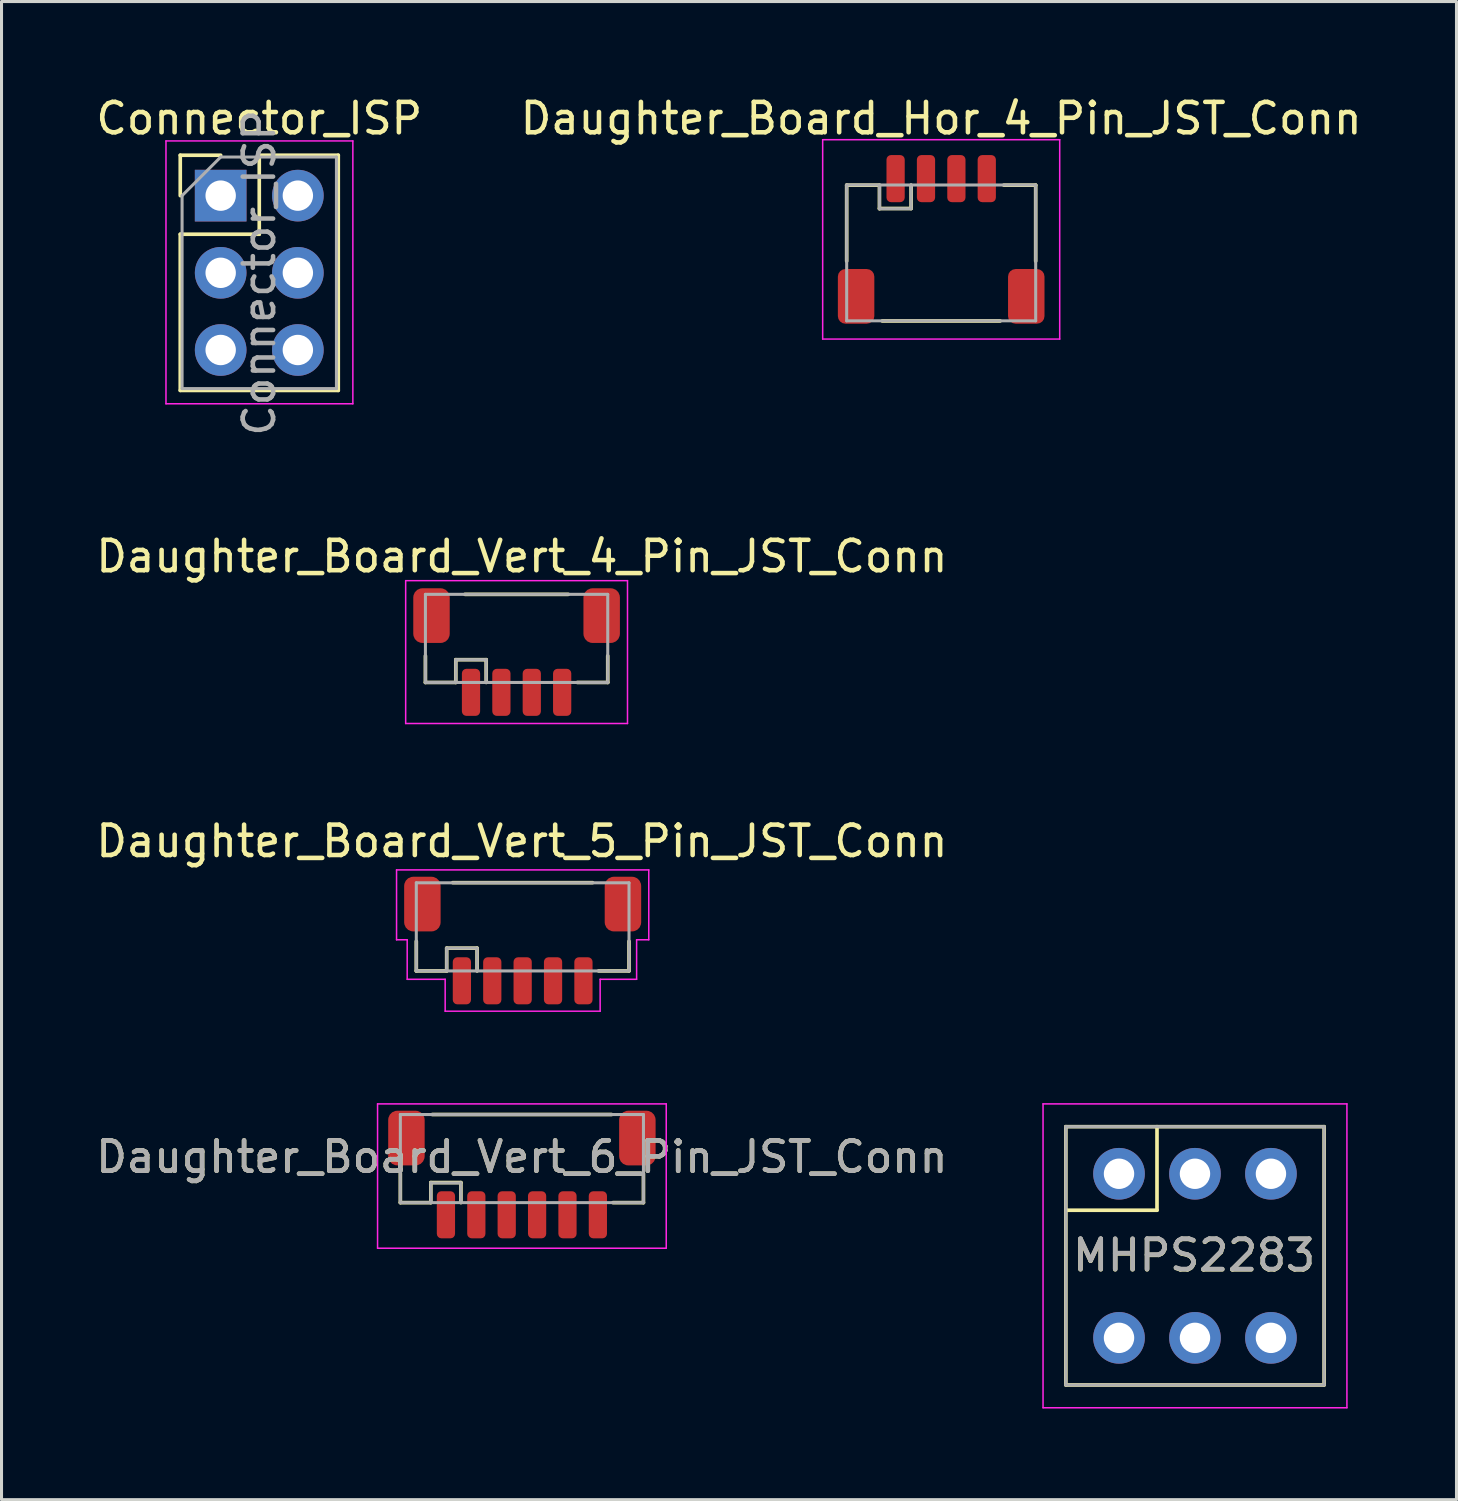
<source format=kicad_pcb>
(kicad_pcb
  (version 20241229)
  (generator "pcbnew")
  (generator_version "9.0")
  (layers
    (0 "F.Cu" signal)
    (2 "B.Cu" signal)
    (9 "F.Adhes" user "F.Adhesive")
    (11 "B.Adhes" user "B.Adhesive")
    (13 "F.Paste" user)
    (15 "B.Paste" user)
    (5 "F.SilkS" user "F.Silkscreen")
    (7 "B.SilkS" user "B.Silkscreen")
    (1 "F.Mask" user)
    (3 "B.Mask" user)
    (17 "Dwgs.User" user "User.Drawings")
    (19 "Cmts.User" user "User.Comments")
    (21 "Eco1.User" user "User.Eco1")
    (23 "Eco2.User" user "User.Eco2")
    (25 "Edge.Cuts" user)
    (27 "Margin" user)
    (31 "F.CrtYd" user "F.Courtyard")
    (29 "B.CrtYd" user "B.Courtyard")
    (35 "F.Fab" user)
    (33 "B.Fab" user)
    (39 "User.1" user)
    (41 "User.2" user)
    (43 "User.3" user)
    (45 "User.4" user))
  (footprint "Daughter_Board_Hor_4_Pin_JST_Conn"
    (layer "F.Cu")
    (at 27.923 4.828)
    (property "Reference" "Daughter_Board_Hor_4_Pin_JST_Conn" (at 0 -3.98 0) (layer "F.SilkS") (effects (font (size 1 1) (thickness 0.15))))
    (attr smd)
    (fp_line (start -3.11 -1.785) (end -2.032 -1.785) (stroke (width 0.12) (type solid)) (layer "F.SilkS"))
    (fp_line (start -3.11 0.715) (end -3.11 -1.785) (stroke (width 0.12) (type solid)) (layer "F.SilkS"))
    (fp_line (start -2.032 -1.778) (end -2.032 -1.009) (stroke (width 0.12) (type solid)) (layer "F.SilkS"))
    (fp_line (start -2.032 -1.016) (end -0.99 -1.016) (stroke (width 0.12) (type solid)) (layer "F.SilkS"))
    (fp_line (start -1.94 2.685) (end 1.94 2.685) (stroke (width 0.12) (type solid)) (layer "F.SilkS"))
    (fp_line (start -0.99 -1.785) (end -0.99 -1.016) (stroke (width 0.12) (type solid)) (layer "F.SilkS"))
    (fp_line (start 3.11 -1.785) (end 2.06 -1.785) (stroke (width 0.12) (type solid)) (layer "F.SilkS"))
    (fp_line (start 3.11 0.715) (end 3.11 -1.785) (stroke (width 0.12) (type solid)) (layer "F.SilkS"))
    (fp_line (start -3.9 -3.28) (end -3.9 3.28) (stroke (width 0.05) (type solid)) (layer "F.CrtYd"))
    (fp_line (start -3.9 3.28) (end 3.9 3.28) (stroke (width 0.05) (type solid)) (layer "F.CrtYd"))
    (fp_line (start 3.9 -3.28) (end -3.9 -3.28) (stroke (width 0.05) (type solid)) (layer "F.CrtYd"))
    (fp_line (start 3.9 3.28) (end 3.9 -3.28) (stroke (width 0.05) (type solid)) (layer "F.CrtYd"))
    (fp_line (start -3.11 -1.79) (end -3.11 2.68) (stroke (width 0.1) (type solid)) (layer "F.Fab"))
    (fp_line (start -3.11 -1.79) (end 3.11 -1.79) (stroke (width 0.1) (type solid)) (layer "F.Fab"))
    (fp_line (start -3.11 2.68) (end 3.11 2.68) (stroke (width 0.1) (type solid)) (layer "F.Fab"))
    (fp_line (start -2.03 -1.79) (end -2.03 -1.01) (stroke (width 0.1) (type solid)) (layer "F.Fab"))
    (fp_line (start -0.99 -1.01) (end -2.03 -1.01) (stroke (width 0.1) (type solid)) (layer "F.Fab"))
    (fp_line (start -0.99 -1.01) (end -0.99 -1.79) (stroke (width 0.1) (type solid)) (layer "F.Fab"))
    (fp_line (start 3.11 -1.79) (end 3.11 2.68) (stroke (width 0.1) (type solid)) (layer "F.Fab"))
    (pad "1" smd roundrect (at -1.5 -2) (size 0.6 1.55) (layers "F.Cu" "F.Mask" "F.Paste") (roundrect_rratio 0.25))
    (pad "2" smd roundrect (at -0.5 -2) (size 0.6 1.55) (layers "F.Cu" "F.Mask" "F.Paste") (roundrect_rratio 0.25))
    (pad "3" smd roundrect (at 0.5 -2) (size 0.6 1.55) (layers "F.Cu" "F.Mask" "F.Paste") (roundrect_rratio 0.25))
    (pad "4" smd roundrect (at 1.5 -2) (size 0.6 1.55) (layers "F.Cu" "F.Mask" "F.Paste") (roundrect_rratio 0.25))
    (pad "MP" smd roundrect (at -2.8 1.875) (size 1.2 1.8) (layers "F.Cu" "F.Mask" "F.Paste") (roundrect_rratio 0.208))
    (pad "MP" smd roundrect (at 2.8 1.875) (size 1.2 1.8) (layers "F.Cu" "F.Mask" "F.Paste") (roundrect_rratio 0.208)))
  (footprint "Daughter_Board_Vert_6_Pin_JST_Conn"
    (layer "F.Cu")
    (at 14.125 35.277)
    (property "Reference" "Daughter_Board_Vert_6_Pin_JST_Conn" (at 0 -0.254 0) (layer "F.SilkS") (effects (font (size 1 1) (thickness 0.15))))
    (attr smd)
    (fp_line (start -4 1.25) (end -4 0.291) (stroke (width 0.12) (type solid)) (layer "F.SilkS"))
    (fp_line (start -4 1.25) (end -2.997 1.25) (stroke (width 0.12) (type solid)) (layer "F.SilkS"))
    (fp_line (start -2.997 0.59) (end -2.997 1.25) (stroke (width 0.12) (type solid)) (layer "F.SilkS"))
    (fp_line (start -2.95 -1.65) (end 2.95 -1.65) (stroke (width 0.12) (type solid)) (layer "F.SilkS"))
    (fp_line (start -2.007 0.59) (end -2.997 0.59) (stroke (width 0.12) (type solid)) (layer "F.SilkS"))
    (fp_line (start -2.007 0.59) (end -2.007 1.25) (stroke (width 0.12) (type solid)) (layer "F.SilkS"))
    (fp_line (start 4 1.25) (end 2.997 1.25) (stroke (width 0.12) (type solid)) (layer "F.SilkS"))
    (fp_line (start 4 1.25) (end 4 0.291) (stroke (width 0.12) (type solid)) (layer "F.SilkS"))
    (fp_line (start -4.75 -2) (end 4.75 -2) (stroke (width 0.05) (type solid)) (layer "F.CrtYd"))
    (fp_line (start -4.75 2.75) (end -4.75 -2) (stroke (width 0.05) (type solid)) (layer "F.CrtYd"))
    (fp_line (start 4.75 -2) (end 4.75 2.75) (stroke (width 0.05) (type solid)) (layer "F.CrtYd"))
    (fp_line (start 4.75 2.75) (end -4.75 2.75) (stroke (width 0.05) (type solid)) (layer "F.CrtYd"))
    (fp_line (start -4 -1.65) (end 4 -1.65) (stroke (width 0.1) (type solid)) (layer "F.Fab"))
    (fp_line (start -4 1.25) (end -4 -1.65) (stroke (width 0.1) (type solid)) (layer "F.Fab"))
    (fp_line (start -2.997 0.6) (end -2.997 1.245) (stroke (width 0.1) (type solid)) (layer "F.Fab"))
    (fp_line (start -2.01 0.6) (end -2.007 1.245) (stroke (width 0.1) (type solid)) (layer "F.Fab"))
    (fp_line (start -2.007 0.6) (end -2.997 0.6) (stroke (width 0.1) (type solid)) (layer "F.Fab"))
    (fp_line (start 4 -1.65) (end 4 1.25) (stroke (width 0.1) (type solid)) (layer "F.Fab"))
    (fp_line (start 4 1.25) (end -4 1.25) (stroke (width 0.1) (type solid)) (layer "F.Fab"))
    (fp_text user "${REFERENCE}" (at 0 -0.254 0) (layer "F.Fab") (effects (font (size 1 1) (thickness 0.15))))
    (pad "1" smd roundrect (at -2.5 1.65) (size 0.6 1.55) (layers "F.Cu" "F.Mask" "F.Paste") (roundrect_rratio 0.25))
    (pad "2" smd roundrect (at -1.5 1.65) (size 0.6 1.55) (layers "F.Cu" "F.Mask" "F.Paste") (roundrect_rratio 0.25))
    (pad "3" smd roundrect (at -0.5 1.65) (size 0.6 1.55) (layers "F.Cu" "F.Mask" "F.Paste") (roundrect_rratio 0.25))
    (pad "4" smd roundrect (at 0.5 1.65) (size 0.6 1.55) (layers "F.Cu" "F.Mask" "F.Paste") (roundrect_rratio 0.25))
    (pad "5" smd roundrect (at 1.5 1.65) (size 0.6 1.55) (layers "F.Cu" "F.Mask" "F.Paste") (roundrect_rratio 0.25))
    (pad "6" smd roundrect (at 2.5 1.65) (size 0.6 1.55) (layers "F.Cu" "F.Mask" "F.Paste") (roundrect_rratio 0.25))
    (pad "MP" smd roundrect (at -3.8 -0.875) (size 1.2 1.8) (layers "F.Cu" "F.Mask" "F.Paste") (roundrect_rratio 0.25))
    (pad "MP" smd roundrect (at 3.8 -0.875) (size 1.2 1.8) (layers "F.Cu" "F.Mask" "F.Paste") (roundrect_rratio 0.25)))
  (footprint "Daughter_Board_Vert_4_Pin_JST_Conn"
    (layer "F.Cu")
    (at 13.95 18.409)
    (property "Reference" "Daughter_Board_Vert_4_Pin_JST_Conn" (at 0.175 -3.15 0) (layer "F.SilkS") (effects (font (size 1 1) (thickness 0.15))))
    (attr through_hole)
    (fp_line (start -3 0.125) (end -3 1) (stroke (width 0.12) (type solid)) (layer "F.SilkS"))
    (fp_line (start -3 1) (end -2 1) (stroke (width 0.12) (type solid)) (layer "F.SilkS"))
    (fp_line (start -2 0.25) (end -2 1) (stroke (width 0.12) (type solid)) (layer "F.SilkS"))
    (fp_line (start -2 0.25) (end -1 0.25) (stroke (width 0.12) (type solid)) (layer "F.SilkS"))
    (fp_line (start -1.7 -1.9) (end 1.7 -1.9) (stroke (width 0.12) (type solid)) (layer "F.SilkS"))
    (fp_line (start -1 0.25) (end -1 1) (stroke (width 0.12) (type solid)) (layer "F.SilkS"))
    (fp_line (start 3 0.125) (end 3 1) (stroke (width 0.12) (type solid)) (layer "F.SilkS"))
    (fp_line (start 3 1) (end 2 1) (stroke (width 0.12) (type solid)) (layer "F.SilkS"))
    (fp_line (start -3.65 -2.35) (end 3.65 -2.35) (stroke (width 0.05) (type solid)) (layer "F.CrtYd"))
    (fp_line (start -3.65 2.35) (end -3.65 -2.35) (stroke (width 0.05) (type solid)) (layer "F.CrtYd"))
    (fp_line (start 3.65 -2.35) (end 3.65 2.35) (stroke (width 0.05) (type solid)) (layer "F.CrtYd"))
    (fp_line (start 3.65 2.35) (end -3.65 2.35) (stroke (width 0.05) (type solid)) (layer "F.CrtYd"))
    (fp_line (start -3 -1.9) (end 3 -1.9) (stroke (width 0.1) (type solid)) (layer "F.Fab"))
    (fp_line (start -3 1) (end -3 -1.9) (stroke (width 0.1) (type solid)) (layer "F.Fab"))
    (fp_line (start -2 0.25) (end -2 1) (stroke (width 0.1) (type solid)) (layer "F.Fab"))
    (fp_line (start -1 0.25) (end -2 0.25) (stroke (width 0.1) (type solid)) (layer "F.Fab"))
    (fp_line (start -1 0.25) (end -1 1) (stroke (width 0.1) (type solid)) (layer "F.Fab"))
    (fp_line (start 3 -1.9) (end 3 1) (stroke (width 0.1) (type solid)) (layer "F.Fab"))
    (fp_line (start 3 1) (end -3 1) (stroke (width 0.1) (type solid)) (layer "F.Fab"))
    (pad "1" smd roundrect (at -1.5 1.325) (size 0.6 1.55) (layers "F.Cu" "F.Mask" "F.Paste") (roundrect_rratio 0.25))
    (pad "2" smd roundrect (at -0.5 1.325) (size 0.6 1.55) (layers "F.Cu" "F.Mask" "F.Paste") (roundrect_rratio 0.25))
    (pad "3" smd roundrect (at 0.5 1.325) (size 0.6 1.55) (layers "F.Cu" "F.Mask" "F.Paste") (roundrect_rratio 0.25))
    (pad "4" smd roundrect (at 1.5 1.325) (size 0.6 1.55) (layers "F.Cu" "F.Mask" "F.Paste") (roundrect_rratio 0.25))
    (pad "MP" smd roundrect (at -2.8 -1.2) (size 1.2 1.8) (layers "F.Cu" "F.Mask" "F.Paste") (roundrect_rratio 0.25))
    (pad "MP" smd roundrect (at 2.8 -1.2) (size 1.2 1.8) (layers "F.Cu" "F.Mask" "F.Paste") (roundrect_rratio 0.25)))
  (footprint "Connector_ISP"
    (layer "F.Cu")
    (at 5.482 5.928)
    (property "Reference" "Connector_ISP" (at 0 -5.08 0) (layer "F.SilkS") (effects (font (size 1 1) (thickness 0.15))))
    (attr through_hole)
    (fp_line (start -2.6 -3.87) (end -1.27 -3.87) (stroke (width 0.12) (type solid)) (layer "F.SilkS"))
    (fp_line (start -2.6 -2.54) (end -2.6 -3.87) (stroke (width 0.12) (type solid)) (layer "F.SilkS"))
    (fp_line (start -2.6 -1.27) (end -2.6 3.87) (stroke (width 0.12) (type solid)) (layer "F.SilkS"))
    (fp_line (start -2.6 -1.27) (end 0 -1.27) (stroke (width 0.12) (type solid)) (layer "F.SilkS"))
    (fp_line (start -2.6 3.87) (end 2.6 3.87) (stroke (width 0.12) (type solid)) (layer "F.SilkS"))
    (fp_line (start 0 -3.87) (end 2.6 -3.87) (stroke (width 0.12) (type solid)) (layer "F.SilkS"))
    (fp_line (start 0 -1.27) (end 0 -3.87) (stroke (width 0.12) (type solid)) (layer "F.SilkS"))
    (fp_line (start 2.6 -3.87) (end 2.6 3.87) (stroke (width 0.12) (type solid)) (layer "F.SilkS"))
    (fp_line (start -3.07 -4.34) (end -3.07 4.31) (stroke (width 0.05) (type solid)) (layer "F.CrtYd"))
    (fp_line (start -3.07 4.31) (end 3.08 4.31) (stroke (width 0.05) (type solid)) (layer "F.CrtYd"))
    (fp_line (start 3.08 -4.34) (end -3.07 -4.34) (stroke (width 0.05) (type solid)) (layer "F.CrtYd"))
    (fp_line (start 3.08 4.31) (end 3.08 -4.34) (stroke (width 0.05) (type solid)) (layer "F.CrtYd"))
    (fp_line (start -2.54 -2.54) (end -1.27 -3.81) (stroke (width 0.1) (type solid)) (layer "F.Fab"))
    (fp_line (start -2.54 3.81) (end -2.54 -2.54) (stroke (width 0.1) (type solid)) (layer "F.Fab"))
    (fp_line (start -1.27 -3.81) (end 2.54 -3.81) (stroke (width 0.1) (type solid)) (layer "F.Fab"))
    (fp_line (start 2.54 -3.81) (end 2.54 3.81) (stroke (width 0.1) (type solid)) (layer "F.Fab"))
    (fp_line (start 2.54 3.81) (end -2.54 3.81) (stroke (width 0.1) (type solid)) (layer "F.Fab"))
    (fp_text user "${REFERENCE}" (at 0 0 90) (layer "F.Fab") (effects (font (size 1 1) (thickness 0.15))))
    (pad "1" thru_hole rect (at -1.27 -2.54) (size 1.7 1.7) (drill 1) (layers "*.Cu" "*.Mask"))
    (pad "2" thru_hole oval (at 1.27 -2.54) (size 1.7 1.7) (drill 1) (layers "*.Cu" "*.Mask"))
    (pad "3" thru_hole oval (at -1.27 0) (size 1.7 1.7) (drill 1) (layers "*.Cu" "*.Mask"))
    (pad "4" thru_hole oval (at 1.27 0) (size 1.7 1.7) (drill 1) (layers "*.Cu" "*.Mask"))
    (pad "5" thru_hole oval (at -1.27 2.54) (size 1.7 1.7) (drill 1) (layers "*.Cu" "*.Mask"))
    (pad "6" thru_hole oval (at 1.27 2.54) (size 1.7 1.7) (drill 1) (layers "*.Cu" "*.Mask")))
  (footprint "MHPS2283"
    (layer "F.Cu")
    (at 36.275 38.277)
    (property "Reference" "MHPS2283" (at -0.03 -0.01 0) (layer "F.SilkS") (effects (font (size 1 1) (thickness 0.15))))
    (attr through_hole)
    (fp_line (start -4.25 4.25) (end -4.25 -4.25) (stroke (width 0.12) (type solid)) (layer "F.SilkS"))
    (fp_line (start -4.25 4.25) (end 4.25 4.25) (stroke (width 0.12) (type solid)) (layer "F.SilkS"))
    (fp_line (start -1.25 -4.25) (end -1.25 -1.5) (stroke (width 0.12) (type solid)) (layer "F.SilkS"))
    (fp_line (start -1.25 -1.5) (end -4.25 -1.5) (stroke (width 0.12) (type solid)) (layer "F.SilkS"))
    (fp_line (start 4.25 -4.25) (end -4.25 -4.25) (stroke (width 0.12) (type solid)) (layer "F.SilkS"))
    (fp_line (start 4.25 -4.25) (end 4.25 4.25) (stroke (width 0.12) (type solid)) (layer "F.SilkS"))
    (fp_line (start -5 -5) (end 5 -5) (stroke (width 0.05) (type solid)) (layer "F.CrtYd"))
    (fp_line (start -5 5) (end -5 -5) (stroke (width 0.05) (type solid)) (layer "F.CrtYd"))
    (fp_line (start -5 5) (end 5 5) (stroke (width 0.05) (type solid)) (layer "F.CrtYd"))
    (fp_line (start 5 -5) (end 5 5) (stroke (width 0.05) (type solid)) (layer "F.CrtYd"))
    (fp_line (start -4.25 -4.25) (end 4.25 -4.25) (stroke (width 0.1) (type solid)) (layer "F.Fab"))
    (fp_line (start -4.25 4.25) (end -4.25 -4.25) (stroke (width 0.1) (type solid)) (layer "F.Fab"))
    (fp_line (start 4.25 -4.25) (end 4.25 4.25) (stroke (width 0.1) (type solid)) (layer "F.Fab"))
    (fp_line (start 4.25 4.25) (end -4.25 4.25) (stroke (width 0.1) (type solid)) (layer "F.Fab"))
    (fp_text user "${REFERENCE}" (at -0.03 -0.02 0) (layer "F.Fab") (effects (font (size 1 1) (thickness 0.15))))
    (pad "1" thru_hole circle (at -2.5 -2.7) (size 1.7 1.7) (drill 1) (layers "*.Cu" "*.Mask"))
    (pad "2" thru_hole circle (at 0 -2.7) (size 1.7 1.7) (drill 1) (layers "*.Cu" "*.Mask"))
    (pad "3" thru_hole circle (at 2.5 -2.7) (size 1.7 1.7) (drill 1) (layers "*.Cu" "*.Mask"))
    (pad "4" thru_hole circle (at 2.5 2.7) (size 1.7 1.7) (drill 1) (layers "*.Cu" "*.Mask"))
    (pad "5" thru_hole circle (at 0 2.7) (size 1.7 1.7) (drill 1) (layers "*.Cu" "*.Mask"))
    (pad "6" thru_hole circle (at -2.5 2.7) (size 1.7 1.7) (drill 1) (layers "*.Cu" "*.Mask")))
  (footprint "Daughter_Board_Vert_5_Pin_JST_Conn"
    (layer "F.Cu")
    (at 14.15 27.452)
    (property "Reference" "Daughter_Board_Vert_5_Pin_JST_Conn" (at -0.025 -2.82 0) (layer "F.SilkS") (effects (font (size 1 1) (thickness 0.15))))
    (attr through_hole)
    (fp_line (start -3.5 1.45) (end -3.5 0.475) (stroke (width 0.12) (type solid)) (layer "F.SilkS"))
    (fp_line (start -2.5 0.7) (end -2.5 1.45) (stroke (width 0.12) (type solid)) (layer "F.SilkS"))
    (fp_line (start -2.5 0.7) (end -1.5 0.7) (stroke (width 0.12) (type solid)) (layer "F.SilkS"))
    (fp_line (start -2.5 1.45) (end -3.5 1.45) (stroke (width 0.12) (type solid)) (layer "F.SilkS"))
    (fp_line (start -1.5 0.7) (end -1.5 1.45) (stroke (width 0.12) (type solid)) (layer "F.SilkS"))
    (fp_line (start 2.3 -1.455) (end -2.3 -1.455) (stroke (width 0.12) (type solid)) (layer "F.SilkS"))
    (fp_line (start 2.5 1.45) (end 3.5 1.45) (stroke (width 0.12) (type solid)) (layer "F.SilkS"))
    (fp_line (start 3.5 1.45) (end 3.5 0.475) (stroke (width 0.12) (type solid)) (layer "F.SilkS"))
    (fp_line (start -4.15 -1.875) (end 4.15 -1.875) (stroke (width 0.05) (type solid)) (layer "F.CrtYd"))
    (fp_line (start -4.15 0.425) (end -4.15 -1.875) (stroke (width 0.05) (type solid)) (layer "F.CrtYd"))
    (fp_line (start -3.8 0.425) (end -4.15 0.425) (stroke (width 0.05) (type solid)) (layer "F.CrtYd"))
    (fp_line (start -3.8 1.725) (end -3.8 0.425) (stroke (width 0.05) (type solid)) (layer "F.CrtYd"))
    (fp_line (start -2.55 1.725) (end -3.8 1.725) (stroke (width 0.05) (type solid)) (layer "F.CrtYd"))
    (fp_line (start -2.55 2.775) (end -2.55 1.725) (stroke (width 0.05) (type solid)) (layer "F.CrtYd"))
    (fp_line (start 2.55 1.725) (end 2.55 2.775) (stroke (width 0.05) (type solid)) (layer "F.CrtYd"))
    (fp_line (start 2.55 2.775) (end -2.55 2.775) (stroke (width 0.05) (type solid)) (layer "F.CrtYd"))
    (fp_line (start 3.75 0.425) (end 3.75 1.725) (stroke (width 0.05) (type solid)) (layer "F.CrtYd"))
    (fp_line (start 3.75 1.725) (end 2.55 1.725) (stroke (width 0.05) (type solid)) (layer "F.CrtYd"))
    (fp_line (start 4.15 -1.875) (end 4.15 0.425) (stroke (width 0.05) (type solid)) (layer "F.CrtYd"))
    (fp_line (start 4.15 0.425) (end 3.75 0.425) (stroke (width 0.05) (type solid)) (layer "F.CrtYd"))
    (fp_line (start -3.5 -1.45) (end 3.5 -1.45) (stroke (width 0.1) (type solid)) (layer "F.Fab"))
    (fp_line (start -3.5 1.45) (end -3.5 -1.45) (stroke (width 0.1) (type solid)) (layer "F.Fab"))
    (fp_line (start -2.5 0.7) (end -2.5 1.45) (stroke (width 0.1) (type solid)) (layer "F.Fab"))
    (fp_line (start -1.5 0.7) (end -2.5 0.7) (stroke (width 0.1) (type solid)) (layer "F.Fab"))
    (fp_line (start -1.5 0.7) (end -1.5 1.45) (stroke (width 0.1) (type solid)) (layer "F.Fab"))
    (fp_line (start 3.5 -1.45) (end 3.5 1.45) (stroke (width 0.1) (type solid)) (layer "F.Fab"))
    (fp_line (start 3.5 1.45) (end -3.5 1.45) (stroke (width 0.1) (type solid)) (layer "F.Fab"))
    (pad "1" smd roundrect (at -2 1.775 180) (size 0.6 1.55) (layers "F.Cu" "F.Mask" "F.Paste") (roundrect_rratio 0.25))
    (pad "2" smd roundrect (at -1 1.775 180) (size 0.6 1.55) (layers "F.Cu" "F.Mask" "F.Paste") (roundrect_rratio 0.25))
    (pad "3" smd roundrect (at 0 1.775 180) (size 0.6 1.55) (layers "F.Cu" "F.Mask" "F.Paste") (roundrect_rratio 0.25))
    (pad "4" smd roundrect (at 1 1.775 180) (size 0.6 1.55) (layers "F.Cu" "F.Mask" "F.Paste") (roundrect_rratio 0.25))
    (pad "5" smd roundrect (at 2 1.775 180) (size 0.6 1.55) (layers "F.Cu" "F.Mask" "F.Paste") (roundrect_rratio 0.25))
    (pad "MP" smd roundrect (at -3.3 -0.75 180) (size 1.2 1.8) (layers "F.Cu" "F.Mask" "F.Paste") (roundrect_rratio 0.25))
    (pad "MP" smd roundrect (at 3.3 -0.75 180) (size 1.2 1.8) (layers "F.Cu" "F.Mask" "F.Paste") (roundrect_rratio 0.25)))
  (gr_rect
    (start -3 -3)
    (end 44.881 46.302)
    (stroke (width 0.1) (type default))
    (fill no)
    (layer "Edge.Cuts")))
</source>
